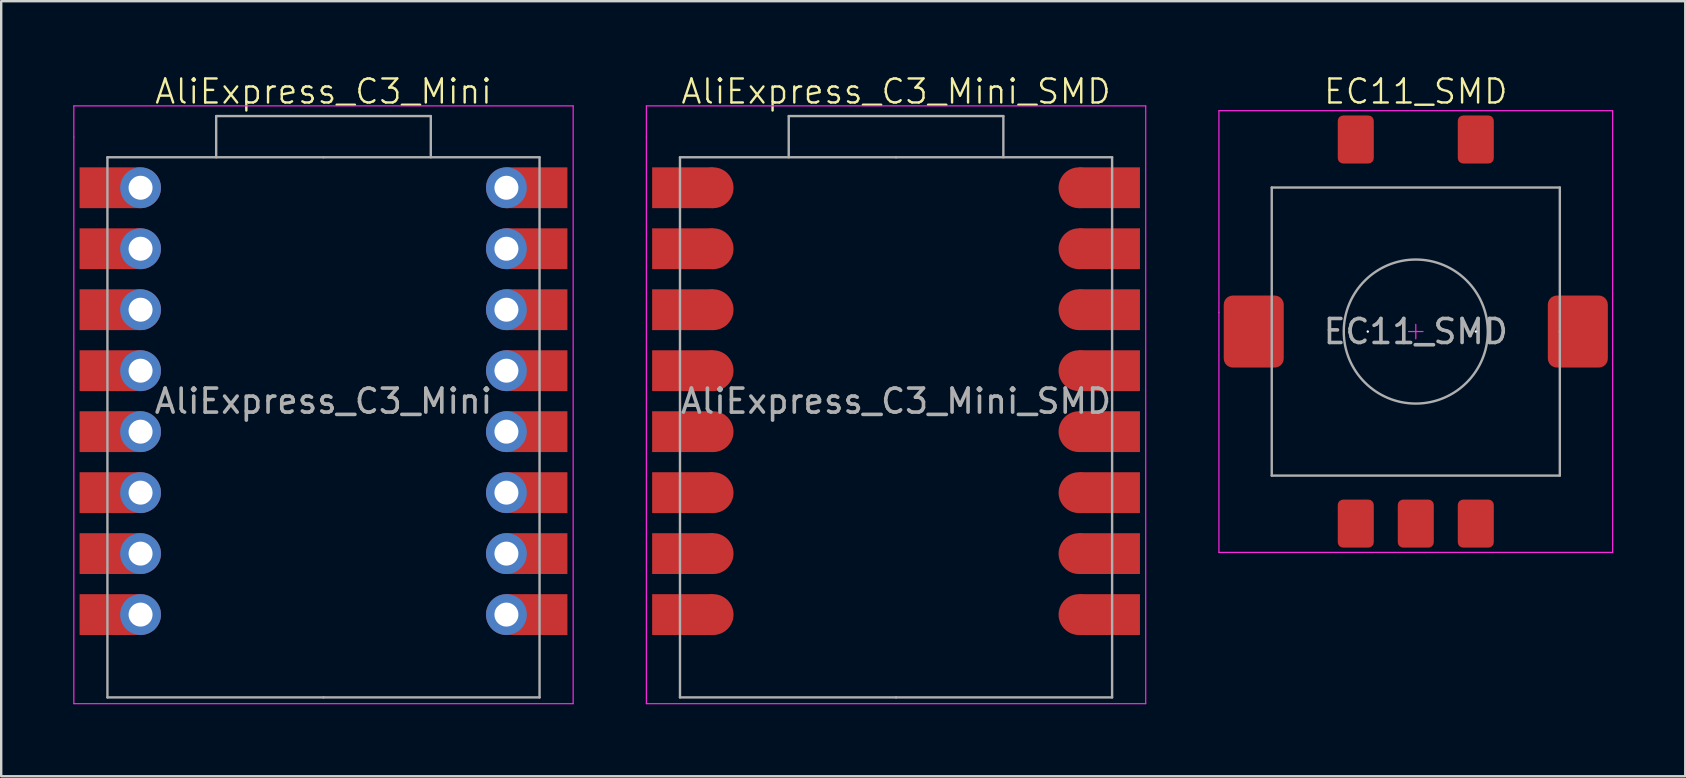
<source format=kicad_pcb>
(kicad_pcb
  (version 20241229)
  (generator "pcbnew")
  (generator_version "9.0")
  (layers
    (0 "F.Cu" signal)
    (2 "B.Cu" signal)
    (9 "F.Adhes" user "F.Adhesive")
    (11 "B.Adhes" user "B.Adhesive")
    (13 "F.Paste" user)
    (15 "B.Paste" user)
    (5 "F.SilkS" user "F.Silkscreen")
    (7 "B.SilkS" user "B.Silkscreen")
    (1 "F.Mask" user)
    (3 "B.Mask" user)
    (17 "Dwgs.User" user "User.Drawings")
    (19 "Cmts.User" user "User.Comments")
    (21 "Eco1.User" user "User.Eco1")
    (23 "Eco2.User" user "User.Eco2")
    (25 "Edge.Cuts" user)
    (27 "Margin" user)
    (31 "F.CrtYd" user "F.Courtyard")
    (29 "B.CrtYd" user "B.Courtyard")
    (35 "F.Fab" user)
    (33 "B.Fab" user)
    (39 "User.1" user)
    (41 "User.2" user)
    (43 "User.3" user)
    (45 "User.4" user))
  (footprint "AliExpress_C3_Mini_SMD"
    (layer "F.Cu")
    (at 34.275 13.661)
    (property "Reference" "AliExpress_C3_Mini_SMD" (at 0 -12.9 0) (unlocked yes) (layer "F.SilkS") (effects (font (size 1 1) (thickness 0.1))))
    (attr smd)
    (fp_line (start -10.4 -12.3) (end -10.4 -11) (stroke (width 0.05) (type default)) (layer "F.CrtYd"))
    (fp_line (start -10.4 -11) (end -10.4 12.6) (stroke (width 0.05) (type default)) (layer "F.CrtYd"))
    (fp_line (start -10.4 12.6) (end 10.4 12.6) (stroke (width 0.05) (type default)) (layer "F.CrtYd"))
    (fp_line (start 10.4 -12.3) (end -10.4 -12.3) (stroke (width 0.05) (type default)) (layer "F.CrtYd"))
    (fp_line (start 10.4 12.6) (end 10.4 -12.3) (stroke (width 0.05) (type default)) (layer "F.CrtYd"))
    (fp_line (start -9 -10.16) (end 0 -10.16) (stroke (width 0.1) (type default)) (layer "F.Fab"))
    (fp_line (start -9 12.34) (end -9 -10.16) (stroke (width 0.1) (type default)) (layer "F.Fab"))
    (fp_line (start -4.47 -11.875) (end -4.47 -10.16) (stroke (width 0.1) (type solid)) (layer "F.Fab"))
    (fp_line (start 0 -10.16) (end 9 -10.16) (stroke (width 0.1) (type default)) (layer "F.Fab"))
    (fp_line (start 0 12.34) (end -9 12.34) (stroke (width 0.1) (type default)) (layer "F.Fab"))
    (fp_line (start 4.47 -11.875) (end -4.47 -11.875) (stroke (width 0.1) (type solid)) (layer "F.Fab"))
    (fp_line (start 4.47 -10.16) (end 4.47 -11.875) (stroke (width 0.1) (type solid)) (layer "F.Fab"))
    (fp_line (start 9 -10.16) (end 9 12.34) (stroke (width 0.1) (type default)) (layer "F.Fab"))
    (fp_line (start 9 12.34) (end 0 12.34) (stroke (width 0.1) (type default)) (layer "F.Fab"))
    (fp_text user "${REFERENCE}" (at 0 0 0) (unlocked yes) (layer "F.Fab") (effects (font (size 1 1) (thickness 0.15))))
    (pad "1" smd rect (at -8.89 -8.89) (size 2.54 1.7) (layers "F.Cu" "F.Mask" "F.Paste"))
    (pad "1" smd circle (at -7.62 -8.89) (size 1.7 1.7) (layers "F.Cu" "F.Mask" "F.Paste"))
    (pad "2" smd rect (at -8.89 -6.35) (size 2.54 1.7) (layers "F.Cu" "F.Mask" "F.Paste"))
    (pad "2" smd circle (at -7.62 -6.35) (size 1.7 1.7) (layers "F.Cu" "F.Mask" "F.Paste"))
    (pad "3" smd rect (at -8.89 -3.81) (size 2.54 1.7) (layers "F.Cu" "F.Mask" "F.Paste"))
    (pad "3" smd circle (at -7.62 -3.81) (size 1.7 1.7) (layers "F.Cu" "F.Mask" "F.Paste"))
    (pad "4" smd rect (at -8.89 -1.27) (size 2.54 1.7) (layers "F.Cu" "F.Mask" "F.Paste"))
    (pad "4" smd circle (at -7.62 -1.27) (size 1.7 1.7) (layers "F.Cu" "F.Mask" "F.Paste"))
    (pad "5" smd rect (at -8.89 1.27) (size 2.54 1.7) (layers "F.Cu" "F.Mask" "F.Paste"))
    (pad "5" smd circle (at -7.62 1.27) (size 1.7 1.7) (layers "F.Cu" "F.Mask" "F.Paste"))
    (pad "6" smd rect (at -8.89 3.81) (size 2.54 1.7) (layers "F.Cu" "F.Mask" "F.Paste"))
    (pad "6" smd circle (at -7.62 3.81) (size 1.7 1.7) (layers "F.Cu" "F.Mask" "F.Paste"))
    (pad "7" smd rect (at -8.89 6.35) (size 2.54 1.7) (layers "F.Cu" "F.Mask" "F.Paste"))
    (pad "7" smd circle (at -7.62 6.35) (size 1.7 1.7) (layers "F.Cu" "F.Mask" "F.Paste"))
    (pad "8" smd rect (at -8.89 8.89) (size 2.54 1.7) (layers "F.Cu" "F.Mask" "F.Paste"))
    (pad "8" smd circle (at -7.62 8.89) (size 1.7 1.7) (layers "F.Cu" "F.Mask" "F.Paste"))
    (pad "9" smd circle (at 7.62 8.89) (size 1.7 1.7) (layers "F.Cu" "F.Mask" "F.Paste"))
    (pad "9" smd rect (at 8.89 8.89) (size 2.54 1.7) (layers "F.Cu" "F.Mask" "F.Paste"))
    (pad "10" smd circle (at 7.62 6.35) (size 1.7 1.7) (layers "F.Cu" "F.Mask" "F.Paste"))
    (pad "10" smd rect (at 8.89 6.35) (size 2.54 1.7) (layers "F.Cu" "F.Mask" "F.Paste"))
    (pad "11" smd circle (at 7.62 3.81) (size 1.7 1.7) (layers "F.Cu" "F.Mask" "F.Paste"))
    (pad "11" smd rect (at 8.89 3.81) (size 2.54 1.7) (layers "F.Cu" "F.Mask" "F.Paste"))
    (pad "12" smd circle (at 7.62 1.27) (size 1.7 1.7) (layers "F.Cu" "F.Mask" "F.Paste"))
    (pad "12" smd rect (at 8.89 1.27) (size 2.54 1.7) (layers "F.Cu" "F.Mask" "F.Paste"))
    (pad "13" smd circle (at 7.62 -1.27) (size 1.7 1.7) (layers "F.Cu" "F.Mask" "F.Paste"))
    (pad "13" smd rect (at 8.89 -1.27) (size 2.54 1.7) (layers "F.Cu" "F.Mask" "F.Paste"))
    (pad "14" smd circle (at 7.62 -3.81) (size 1.7 1.7) (layers "F.Cu" "F.Mask" "F.Paste"))
    (pad "14" smd rect (at 8.89 -3.81) (size 2.54 1.7) (layers "F.Cu" "F.Mask" "F.Paste"))
    (pad "15" smd circle (at 7.62 -6.35) (size 1.7 1.7) (layers "F.Cu" "F.Mask" "F.Paste"))
    (pad "15" smd rect (at 8.89 -6.35) (size 2.54 1.7) (layers "F.Cu" "F.Mask" "F.Paste"))
    (pad "16" smd circle (at 7.62 -8.89) (size 1.7 1.7) (layers "F.Cu" "F.Mask" "F.Paste"))
    (pad "16" smd rect (at 8.89 -8.89) (size 2.54 1.7) (layers "F.Cu" "F.Mask" "F.Paste")))
  (footprint "EC11_SMD"
    (layer "F.Cu")
    (at 55.925 10.761)
    (property "Reference" "EC11_SMD" (at 0 -10 0) (unlocked yes) (layer "F.SilkS") (effects (font (size 1 1) (thickness 0.1))))
    (attr smd)
    (fp_line (start -8.2 -9.2) (end 8.2 -9.2) (stroke (width 0.05) (type default)) (layer "F.CrtYd"))
    (fp_line (start -8.2 -0.8) (end -8.2 -9.2) (stroke (width 0.05) (type default)) (layer "F.CrtYd"))
    (fp_line (start -8.2 9.2) (end -8.2 -0.8) (stroke (width 0.05) (type default)) (layer "F.CrtYd"))
    (fp_line (start -0.3 0) (end 0 0) (stroke (width 0.05) (type default)) (layer "F.CrtYd"))
    (fp_line (start 0 -0.3) (end 0 0) (stroke (width 0.05) (type default)) (layer "F.CrtYd"))
    (fp_line (start 0 0.3) (end 0 0) (stroke (width 0.05) (type default)) (layer "F.CrtYd"))
    (fp_line (start 0.3 0) (end 0 0) (stroke (width 0.05) (type default)) (layer "F.CrtYd"))
    (fp_line (start 8.2 -9.2) (end 8.2 9.2) (stroke (width 0.05) (type default)) (layer "F.CrtYd"))
    (fp_line (start 8.2 9.2) (end -8.2 9.2) (stroke (width 0.05) (type default)) (layer "F.CrtYd"))
    (fp_line (start -6 -6) (end -6 6) (stroke (width 0.1) (type default)) (layer "F.Fab"))
    (fp_line (start -6 6) (end 6 6) (stroke (width 0.1) (type default)) (layer "F.Fab"))
    (fp_line (start 6 -6) (end -6 -6) (stroke (width 0.1) (type default)) (layer "F.Fab"))
    (fp_line (start 6 0) (end 6 -6) (stroke (width 0.1) (type default)) (layer "F.Fab"))
    (fp_line (start 6 6) (end 6 0) (stroke (width 0.1) (type default)) (layer "F.Fab"))
    (fp_circle (center 0 0) (end 0 -3) (stroke (width 0.1) (type default)) (fill no) (layer "F.Fab"))
    (fp_text user "${REFERENCE}" (at 0 0 0) (unlocked yes) (layer "F.Fab") (effects (font (size 1 1) (thickness 0.15))))
    (pad "" np_thru_hole circle (at -2 0 180) (size 0.1 0.1) (drill 1.2) (layers "*.Cu" "*.Mask"))
    (pad "" np_thru_hole circle (at 2.5 0 180) (size 0.1 0.1) (drill 1) (layers "*.Cu" "*.Mask"))
    (pad "A" smd roundrect (at -2.5 8 180) (size 1.5 2) (layers "F.Cu" "F.Mask" "F.Paste") (roundrect_rratio 0.15))
    (pad "B" smd roundrect (at 2.5 8 180) (size 1.5 2) (layers "F.Cu" "F.Mask" "F.Paste") (roundrect_rratio 0.15))
    (pad "C" smd roundrect (at 0 8 180) (size 1.5 2) (layers "F.Cu" "F.Mask" "F.Paste") (roundrect_rratio 0.15))
    (pad "MP" smd roundrect (at -6.75 0 270) (size 3 2.5) (layers "F.Cu" "F.Mask" "F.Paste") (roundrect_rratio 0.15))
    (pad "MP" smd roundrect (at 6.75 0 270) (size 3 2.5) (layers "F.Cu" "F.Mask" "F.Paste") (roundrect_rratio 0.15))
    (pad "S1" smd roundrect (at -2.5 -8 180) (size 1.5 2) (layers "F.Cu" "F.Mask" "F.Paste") (roundrect_rratio 0.15))
    (pad "S2" smd roundrect (at 2.5 -8 180) (size 1.5 2) (layers "F.Cu" "F.Mask" "F.Paste") (roundrect_rratio 0.15)))
  (footprint "AliExpress_C3_Mini"
    (layer "F.Cu")
    (at 10.425 13.661)
    (property "Reference" "AliExpress_C3_Mini" (at 0 -12.9 0) (unlocked yes) (layer "F.SilkS") (effects (font (size 1 1) (thickness 0.1))))
    (attr smd)
    (fp_line (start -10.4 -12.3) (end -10.4 -11) (stroke (width 0.05) (type default)) (layer "F.CrtYd"))
    (fp_line (start -10.4 -11) (end -10.4 12.6) (stroke (width 0.05) (type default)) (layer "F.CrtYd"))
    (fp_line (start -10.4 12.6) (end 10.4 12.6) (stroke (width 0.05) (type default)) (layer "F.CrtYd"))
    (fp_line (start 10.4 -12.3) (end -10.4 -12.3) (stroke (width 0.05) (type default)) (layer "F.CrtYd"))
    (fp_line (start 10.4 12.6) (end 10.4 -12.3) (stroke (width 0.05) (type default)) (layer "F.CrtYd"))
    (fp_line (start -9 -10.16) (end 0 -10.16) (stroke (width 0.1) (type default)) (layer "F.Fab"))
    (fp_line (start -9 12.34) (end -9 -10.16) (stroke (width 0.1) (type default)) (layer "F.Fab"))
    (fp_line (start -4.47 -11.875) (end -4.47 -10.16) (stroke (width 0.1) (type solid)) (layer "F.Fab"))
    (fp_line (start 0 -10.16) (end 9 -10.16) (stroke (width 0.1) (type default)) (layer "F.Fab"))
    (fp_line (start 0 12.34) (end -9 12.34) (stroke (width 0.1) (type default)) (layer "F.Fab"))
    (fp_line (start 4.47 -11.875) (end -4.47 -11.875) (stroke (width 0.1) (type solid)) (layer "F.Fab"))
    (fp_line (start 4.47 -10.16) (end 4.47 -11.875) (stroke (width 0.1) (type solid)) (layer "F.Fab"))
    (fp_line (start 9 -10.16) (end 9 12.34) (stroke (width 0.1) (type default)) (layer "F.Fab"))
    (fp_line (start 9 12.34) (end 0 12.34) (stroke (width 0.1) (type default)) (layer "F.Fab"))
    (fp_text user "${REFERENCE}" (at 0 0 0) (unlocked yes) (layer "F.Fab") (effects (font (size 1 1) (thickness 0.15))))
    (pad "1" smd rect (at -8.89 -8.89) (size 2.54 1.7) (layers "F.Cu" "F.Mask" "F.Paste"))
    (pad "1" thru_hole circle (at -7.62 -8.89) (size 1.7 1.7) (drill 1) (layers "*.Cu" "*.Mask"))
    (pad "2" smd rect (at -8.89 -6.35) (size 2.54 1.7) (layers "F.Cu" "F.Mask" "F.Paste"))
    (pad "2" thru_hole circle (at -7.62 -6.35) (size 1.7 1.7) (drill 1) (layers "*.Cu" "*.Mask"))
    (pad "3" smd rect (at -8.89 -3.81) (size 2.54 1.7) (layers "F.Cu" "F.Mask" "F.Paste"))
    (pad "3" thru_hole circle (at -7.62 -3.81) (size 1.7 1.7) (drill 1) (layers "*.Cu" "*.Mask"))
    (pad "4" smd rect (at -8.89 -1.27) (size 2.54 1.7) (layers "F.Cu" "F.Mask" "F.Paste"))
    (pad "4" thru_hole circle (at -7.62 -1.27) (size 1.7 1.7) (drill 1) (layers "*.Cu" "*.Mask"))
    (pad "5" smd rect (at -8.89 1.27) (size 2.54 1.7) (layers "F.Cu" "F.Mask" "F.Paste"))
    (pad "5" thru_hole circle (at -7.62 1.27) (size 1.7 1.7) (drill 1) (layers "*.Cu" "*.Mask"))
    (pad "6" smd rect (at -8.89 3.81) (size 2.54 1.7) (layers "F.Cu" "F.Mask" "F.Paste"))
    (pad "6" thru_hole circle (at -7.62 3.81) (size 1.7 1.7) (drill 1) (layers "*.Cu" "*.Mask"))
    (pad "7" smd rect (at -8.89 6.35) (size 2.54 1.7) (layers "F.Cu" "F.Mask" "F.Paste"))
    (pad "7" thru_hole circle (at -7.62 6.35) (size 1.7 1.7) (drill 1) (layers "*.Cu" "*.Mask"))
    (pad "8" smd rect (at -8.89 8.89) (size 2.54 1.7) (layers "F.Cu" "F.Mask" "F.Paste"))
    (pad "8" thru_hole circle (at -7.62 8.89) (size 1.7 1.7) (drill 1) (layers "*.Cu" "*.Mask"))
    (pad "9" thru_hole circle (at 7.62 8.89) (size 1.7 1.7) (drill 1) (layers "*.Cu" "*.Mask"))
    (pad "9" smd rect (at 8.89 8.89) (size 2.54 1.7) (layers "F.Cu" "F.Mask" "F.Paste"))
    (pad "10" thru_hole circle (at 7.62 6.35) (size 1.7 1.7) (drill 1) (layers "*.Cu" "*.Mask"))
    (pad "10" smd rect (at 8.89 6.35) (size 2.54 1.7) (layers "F.Cu" "F.Mask" "F.Paste"))
    (pad "11" thru_hole circle (at 7.62 3.81) (size 1.7 1.7) (drill 1) (layers "*.Cu" "*.Mask"))
    (pad "11" smd rect (at 8.89 3.81) (size 2.54 1.7) (layers "F.Cu" "F.Mask" "F.Paste"))
    (pad "12" thru_hole circle (at 7.62 1.27) (size 1.7 1.7) (drill 1) (layers "*.Cu" "*.Mask"))
    (pad "12" smd rect (at 8.89 1.27) (size 2.54 1.7) (layers "F.Cu" "F.Mask" "F.Paste"))
    (pad "13" thru_hole circle (at 7.62 -1.27) (size 1.7 1.7) (drill 1) (layers "*.Cu" "*.Mask"))
    (pad "13" smd rect (at 8.89 -1.27) (size 2.54 1.7) (layers "F.Cu" "F.Mask" "F.Paste"))
    (pad "14" thru_hole circle (at 7.62 -3.81) (size 1.7 1.7) (drill 1) (layers "*.Cu" "*.Mask"))
    (pad "14" smd rect (at 8.89 -3.81) (size 2.54 1.7) (layers "F.Cu" "F.Mask" "F.Paste"))
    (pad "15" thru_hole circle (at 7.62 -6.35) (size 1.7 1.7) (drill 1) (layers "*.Cu" "*.Mask"))
    (pad "15" smd rect (at 8.89 -6.35) (size 2.54 1.7) (layers "F.Cu" "F.Mask" "F.Paste"))
    (pad "16" thru_hole circle (at 7.62 -8.89) (size 1.7 1.7) (drill 1) (layers "*.Cu" "*.Mask"))
    (pad "16" smd rect (at 8.89 -8.89) (size 2.54 1.7) (layers "F.Cu" "F.Mask" "F.Paste")))
  (gr_rect
    (start -3 -3)
    (end 67.15 29.285)
    (stroke (width 0.1) (type default))
    (fill no)
    (layer "Edge.Cuts")))
</source>
